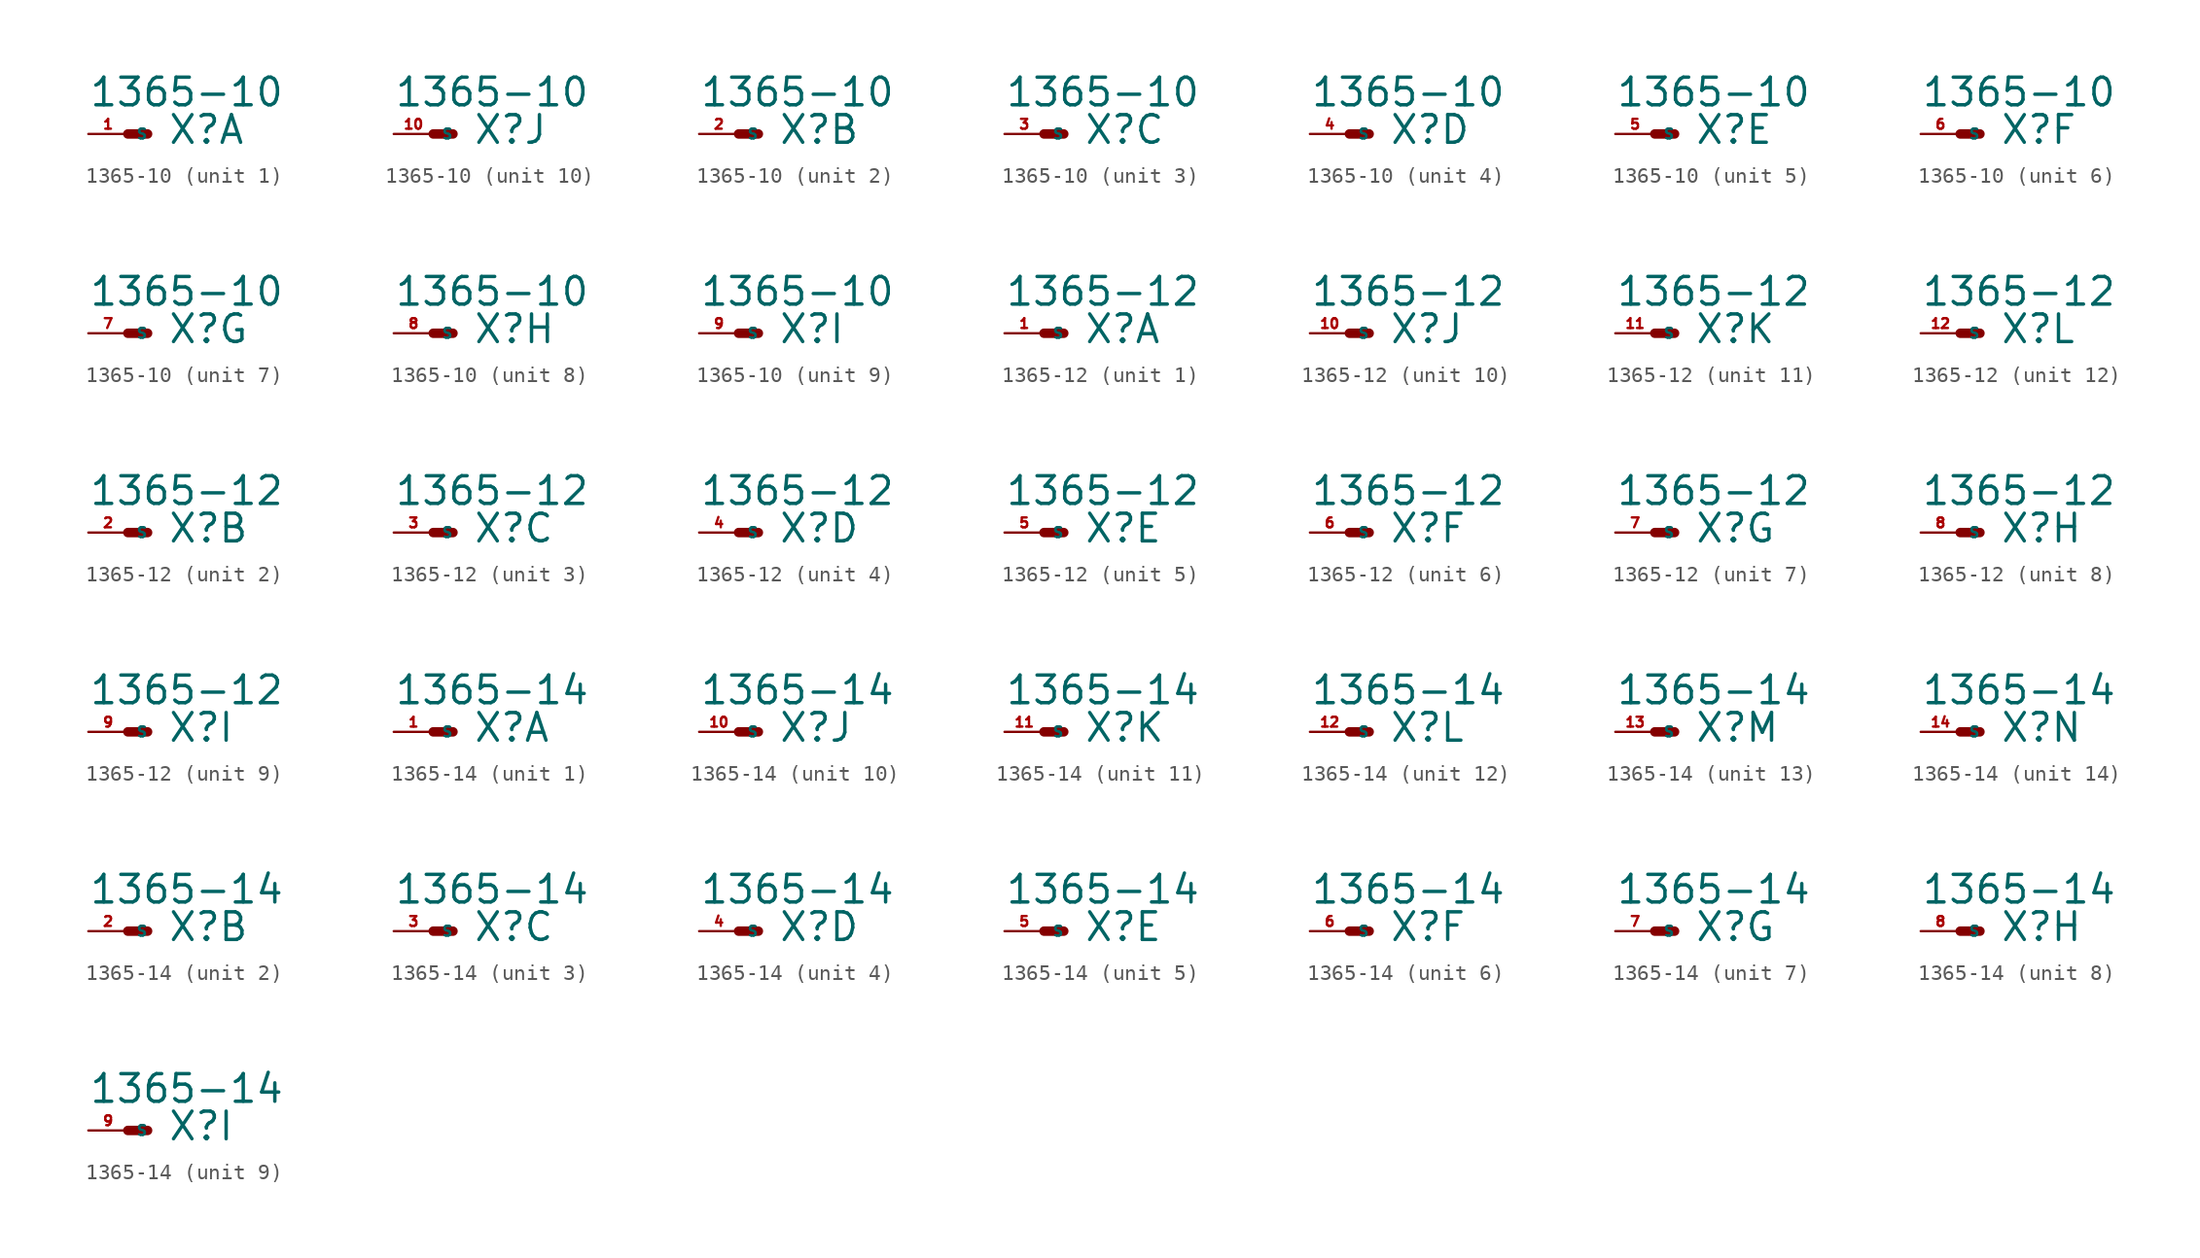
<source format=kicad_sym>
(kicad_symbol_lib
  (version 20220914)
  (generator Eagle2Kicad)
  (symbol "1365-10"
    (property "Reference" "X"
      (at 2.54 -0.762 0)
      (effects (font (size 1.778 1.778) (thickness 0.22)) (justify left bottom)))
    (property "Value" "1365-10"
      (at -2.54 1.651 0)
      (effects (font (size 1.778 1.778) (thickness 0.22)) (justify left bottom)))
    (symbol "1365-10_1_0"
      (polyline (pts (xy 0 0) (xy 1.27 0)) (stroke (width 0.61) (type default)) (fill (type none)))
      (pin passive line (at -2.54 0 0) (length 2.54) (name "S" (effects (font (size 0.635 0.635) (thickness 0.08)) (justify left bottom))) (number "1" (effects (font (size 0.635 0.635) (thickness 0.08)) (justify left bottom)))))
    (symbol "1365-10_2_0"
      (polyline (pts (xy 0 0) (xy 1.27 0)) (stroke (width 0.61) (type default)) (fill (type none)))
      (pin passive line (at -2.54 0 0) (length 2.54) (name "S" (effects (font (size 0.635 0.635) (thickness 0.08)) (justify left bottom))) (number "2" (effects (font (size 0.635 0.635) (thickness 0.08)) (justify left bottom)))))
    (symbol "1365-10_3_0"
      (polyline (pts (xy 0 0) (xy 1.27 0)) (stroke (width 0.61) (type default)) (fill (type none)))
      (pin passive line (at -2.54 0 0) (length 2.54) (name "S" (effects (font (size 0.635 0.635) (thickness 0.08)) (justify left bottom))) (number "3" (effects (font (size 0.635 0.635) (thickness 0.08)) (justify left bottom)))))
    (symbol "1365-10_4_0"
      (polyline (pts (xy 0 0) (xy 1.27 0)) (stroke (width 0.61) (type default)) (fill (type none)))
      (pin passive line (at -2.54 0 0) (length 2.54) (name "S" (effects (font (size 0.635 0.635) (thickness 0.08)) (justify left bottom))) (number "4" (effects (font (size 0.635 0.635) (thickness 0.08)) (justify left bottom)))))
    (symbol "1365-10_5_0"
      (polyline (pts (xy 0 0) (xy 1.27 0)) (stroke (width 0.61) (type default)) (fill (type none)))
      (pin passive line (at -2.54 0 0) (length 2.54) (name "S" (effects (font (size 0.635 0.635) (thickness 0.08)) (justify left bottom))) (number "5" (effects (font (size 0.635 0.635) (thickness 0.08)) (justify left bottom)))))
    (symbol "1365-10_6_0"
      (polyline (pts (xy 0 0) (xy 1.27 0)) (stroke (width 0.61) (type default)) (fill (type none)))
      (pin passive line (at -2.54 0 0) (length 2.54) (name "S" (effects (font (size 0.635 0.635) (thickness 0.08)) (justify left bottom))) (number "6" (effects (font (size 0.635 0.635) (thickness 0.08)) (justify left bottom)))))
    (symbol "1365-10_7_0"
      (polyline (pts (xy 0 0) (xy 1.27 0)) (stroke (width 0.61) (type default)) (fill (type none)))
      (pin passive line (at -2.54 0 0) (length 2.54) (name "S" (effects (font (size 0.635 0.635) (thickness 0.08)) (justify left bottom))) (number "7" (effects (font (size 0.635 0.635) (thickness 0.08)) (justify left bottom)))))
    (symbol "1365-10_8_0"
      (polyline (pts (xy 0 0) (xy 1.27 0)) (stroke (width 0.61) (type default)) (fill (type none)))
      (pin passive line (at -2.54 0 0) (length 2.54) (name "S" (effects (font (size 0.635 0.635) (thickness 0.08)) (justify left bottom))) (number "8" (effects (font (size 0.635 0.635) (thickness 0.08)) (justify left bottom)))))
    (symbol "1365-10_9_0"
      (polyline (pts (xy 0 0) (xy 1.27 0)) (stroke (width 0.61) (type default)) (fill (type none)))
      (pin passive line (at -2.54 0 0) (length 2.54) (name "S" (effects (font (size 0.635 0.635) (thickness 0.08)) (justify left bottom))) (number "9" (effects (font (size 0.635 0.635) (thickness 0.08)) (justify left bottom)))))
    (symbol "1365-10_10_0"
      (polyline (pts (xy 0 0) (xy 1.27 0)) (stroke (width 0.61) (type default)) (fill (type none)))
      (pin passive line (at -2.54 0 0) (length 2.54) (name "S" (effects (font (size 0.635 0.635) (thickness 0.08)) (justify left bottom))) (number "10" (effects (font (size 0.635 0.635) (thickness 0.08)) (justify left bottom))))))
  (symbol "1365-12"
    (property "Reference" "X"
      (at 2.54 -0.762 0)
      (effects (font (size 1.778 1.778) (thickness 0.22)) (justify left bottom)))
    (property "Value" "1365-12"
      (at -2.54 1.651 0)
      (effects (font (size 1.778 1.778) (thickness 0.22)) (justify left bottom)))
    (symbol "1365-12_1_0"
      (polyline (pts (xy 0 0) (xy 1.27 0)) (stroke (width 0.61) (type default)) (fill (type none)))
      (pin passive line (at -2.54 0 0) (length 2.54) (name "S" (effects (font (size 0.635 0.635) (thickness 0.08)) (justify left bottom))) (number "1" (effects (font (size 0.635 0.635) (thickness 0.08)) (justify left bottom)))))
    (symbol "1365-12_2_0"
      (polyline (pts (xy 0 0) (xy 1.27 0)) (stroke (width 0.61) (type default)) (fill (type none)))
      (pin passive line (at -2.54 0 0) (length 2.54) (name "S" (effects (font (size 0.635 0.635) (thickness 0.08)) (justify left bottom))) (number "2" (effects (font (size 0.635 0.635) (thickness 0.08)) (justify left bottom)))))
    (symbol "1365-12_3_0"
      (polyline (pts (xy 0 0) (xy 1.27 0)) (stroke (width 0.61) (type default)) (fill (type none)))
      (pin passive line (at -2.54 0 0) (length 2.54) (name "S" (effects (font (size 0.635 0.635) (thickness 0.08)) (justify left bottom))) (number "3" (effects (font (size 0.635 0.635) (thickness 0.08)) (justify left bottom)))))
    (symbol "1365-12_4_0"
      (polyline (pts (xy 0 0) (xy 1.27 0)) (stroke (width 0.61) (type default)) (fill (type none)))
      (pin passive line (at -2.54 0 0) (length 2.54) (name "S" (effects (font (size 0.635 0.635) (thickness 0.08)) (justify left bottom))) (number "4" (effects (font (size 0.635 0.635) (thickness 0.08)) (justify left bottom)))))
    (symbol "1365-12_5_0"
      (polyline (pts (xy 0 0) (xy 1.27 0)) (stroke (width 0.61) (type default)) (fill (type none)))
      (pin passive line (at -2.54 0 0) (length 2.54) (name "S" (effects (font (size 0.635 0.635) (thickness 0.08)) (justify left bottom))) (number "5" (effects (font (size 0.635 0.635) (thickness 0.08)) (justify left bottom)))))
    (symbol "1365-12_6_0"
      (polyline (pts (xy 0 0) (xy 1.27 0)) (stroke (width 0.61) (type default)) (fill (type none)))
      (pin passive line (at -2.54 0 0) (length 2.54) (name "S" (effects (font (size 0.635 0.635) (thickness 0.08)) (justify left bottom))) (number "6" (effects (font (size 0.635 0.635) (thickness 0.08)) (justify left bottom)))))
    (symbol "1365-12_7_0"
      (polyline (pts (xy 0 0) (xy 1.27 0)) (stroke (width 0.61) (type default)) (fill (type none)))
      (pin passive line (at -2.54 0 0) (length 2.54) (name "S" (effects (font (size 0.635 0.635) (thickness 0.08)) (justify left bottom))) (number "7" (effects (font (size 0.635 0.635) (thickness 0.08)) (justify left bottom)))))
    (symbol "1365-12_8_0"
      (polyline (pts (xy 0 0) (xy 1.27 0)) (stroke (width 0.61) (type default)) (fill (type none)))
      (pin passive line (at -2.54 0 0) (length 2.54) (name "S" (effects (font (size 0.635 0.635) (thickness 0.08)) (justify left bottom))) (number "8" (effects (font (size 0.635 0.635) (thickness 0.08)) (justify left bottom)))))
    (symbol "1365-12_9_0"
      (polyline (pts (xy 0 0) (xy 1.27 0)) (stroke (width 0.61) (type default)) (fill (type none)))
      (pin passive line (at -2.54 0 0) (length 2.54) (name "S" (effects (font (size 0.635 0.635) (thickness 0.08)) (justify left bottom))) (number "9" (effects (font (size 0.635 0.635) (thickness 0.08)) (justify left bottom)))))
    (symbol "1365-12_10_0"
      (polyline (pts (xy 0 0) (xy 1.27 0)) (stroke (width 0.61) (type default)) (fill (type none)))
      (pin passive line (at -2.54 0 0) (length 2.54) (name "S" (effects (font (size 0.635 0.635) (thickness 0.08)) (justify left bottom))) (number "10" (effects (font (size 0.635 0.635) (thickness 0.08)) (justify left bottom)))))
    (symbol "1365-12_11_0"
      (polyline (pts (xy 0 0) (xy 1.27 0)) (stroke (width 0.61) (type default)) (fill (type none)))
      (pin passive line (at -2.54 0 0) (length 2.54) (name "S" (effects (font (size 0.635 0.635) (thickness 0.08)) (justify left bottom))) (number "11" (effects (font (size 0.635 0.635) (thickness 0.08)) (justify left bottom)))))
    (symbol "1365-12_12_0"
      (polyline (pts (xy 0 0) (xy 1.27 0)) (stroke (width 0.61) (type default)) (fill (type none)))
      (pin passive line (at -2.54 0 0) (length 2.54) (name "S" (effects (font (size 0.635 0.635) (thickness 0.08)) (justify left bottom))) (number "12" (effects (font (size 0.635 0.635) (thickness 0.08)) (justify left bottom))))))
  (symbol "1365-14"
    (property "Reference" "X"
      (at 2.54 -0.762 0)
      (effects (font (size 1.778 1.778) (thickness 0.22)) (justify left bottom)))
    (property "Value" "1365-14"
      (at -2.54 1.651 0)
      (effects (font (size 1.778 1.778) (thickness 0.22)) (justify left bottom)))
    (symbol "1365-14_1_0"
      (polyline (pts (xy 0 0) (xy 1.27 0)) (stroke (width 0.61) (type default)) (fill (type none)))
      (pin passive line (at -2.54 0 0) (length 2.54) (name "S" (effects (font (size 0.635 0.635) (thickness 0.08)) (justify left bottom))) (number "1" (effects (font (size 0.635 0.635) (thickness 0.08)) (justify left bottom)))))
    (symbol "1365-14_2_0"
      (polyline (pts (xy 0 0) (xy 1.27 0)) (stroke (width 0.61) (type default)) (fill (type none)))
      (pin passive line (at -2.54 0 0) (length 2.54) (name "S" (effects (font (size 0.635 0.635) (thickness 0.08)) (justify left bottom))) (number "2" (effects (font (size 0.635 0.635) (thickness 0.08)) (justify left bottom)))))
    (symbol "1365-14_3_0"
      (polyline (pts (xy 0 0) (xy 1.27 0)) (stroke (width 0.61) (type default)) (fill (type none)))
      (pin passive line (at -2.54 0 0) (length 2.54) (name "S" (effects (font (size 0.635 0.635) (thickness 0.08)) (justify left bottom))) (number "3" (effects (font (size 0.635 0.635) (thickness 0.08)) (justify left bottom)))))
    (symbol "1365-14_4_0"
      (polyline (pts (xy 0 0) (xy 1.27 0)) (stroke (width 0.61) (type default)) (fill (type none)))
      (pin passive line (at -2.54 0 0) (length 2.54) (name "S" (effects (font (size 0.635 0.635) (thickness 0.08)) (justify left bottom))) (number "4" (effects (font (size 0.635 0.635) (thickness 0.08)) (justify left bottom)))))
    (symbol "1365-14_5_0"
      (polyline (pts (xy 0 0) (xy 1.27 0)) (stroke (width 0.61) (type default)) (fill (type none)))
      (pin passive line (at -2.54 0 0) (length 2.54) (name "S" (effects (font (size 0.635 0.635) (thickness 0.08)) (justify left bottom))) (number "5" (effects (font (size 0.635 0.635) (thickness 0.08)) (justify left bottom)))))
    (symbol "1365-14_6_0"
      (polyline (pts (xy 0 0) (xy 1.27 0)) (stroke (width 0.61) (type default)) (fill (type none)))
      (pin passive line (at -2.54 0 0) (length 2.54) (name "S" (effects (font (size 0.635 0.635) (thickness 0.08)) (justify left bottom))) (number "6" (effects (font (size 0.635 0.635) (thickness 0.08)) (justify left bottom)))))
    (symbol "1365-14_7_0"
      (polyline (pts (xy 0 0) (xy 1.27 0)) (stroke (width 0.61) (type default)) (fill (type none)))
      (pin passive line (at -2.54 0 0) (length 2.54) (name "S" (effects (font (size 0.635 0.635) (thickness 0.08)) (justify left bottom))) (number "7" (effects (font (size 0.635 0.635) (thickness 0.08)) (justify left bottom)))))
    (symbol "1365-14_8_0"
      (polyline (pts (xy 0 0) (xy 1.27 0)) (stroke (width 0.61) (type default)) (fill (type none)))
      (pin passive line (at -2.54 0 0) (length 2.54) (name "S" (effects (font (size 0.635 0.635) (thickness 0.08)) (justify left bottom))) (number "8" (effects (font (size 0.635 0.635) (thickness 0.08)) (justify left bottom)))))
    (symbol "1365-14_9_0"
      (polyline (pts (xy 0 0) (xy 1.27 0)) (stroke (width 0.61) (type default)) (fill (type none)))
      (pin passive line (at -2.54 0 0) (length 2.54) (name "S" (effects (font (size 0.635 0.635) (thickness 0.08)) (justify left bottom))) (number "9" (effects (font (size 0.635 0.635) (thickness 0.08)) (justify left bottom)))))
    (symbol "1365-14_10_0"
      (polyline (pts (xy 0 0) (xy 1.27 0)) (stroke (width 0.61) (type default)) (fill (type none)))
      (pin passive line (at -2.54 0 0) (length 2.54) (name "S" (effects (font (size 0.635 0.635) (thickness 0.08)) (justify left bottom))) (number "10" (effects (font (size 0.635 0.635) (thickness 0.08)) (justify left bottom)))))
    (symbol "1365-14_11_0"
      (polyline (pts (xy 0 0) (xy 1.27 0)) (stroke (width 0.61) (type default)) (fill (type none)))
      (pin passive line (at -2.54 0 0) (length 2.54) (name "S" (effects (font (size 0.635 0.635) (thickness 0.08)) (justify left bottom))) (number "11" (effects (font (size 0.635 0.635) (thickness 0.08)) (justify left bottom)))))
    (symbol "1365-14_12_0"
      (polyline (pts (xy 0 0) (xy 1.27 0)) (stroke (width 0.61) (type default)) (fill (type none)))
      (pin passive line (at -2.54 0 0) (length 2.54) (name "S" (effects (font (size 0.635 0.635) (thickness 0.08)) (justify left bottom))) (number "12" (effects (font (size 0.635 0.635) (thickness 0.08)) (justify left bottom)))))
    (symbol "1365-14_13_0"
      (polyline (pts (xy 0 0) (xy 1.27 0)) (stroke (width 0.61) (type default)) (fill (type none)))
      (pin passive line (at -2.54 0 0) (length 2.54) (name "S" (effects (font (size 0.635 0.635) (thickness 0.08)) (justify left bottom))) (number "13" (effects (font (size 0.635 0.635) (thickness 0.08)) (justify left bottom)))))
    (symbol "1365-14_14_0"
      (polyline (pts (xy 0 0) (xy 1.27 0)) (stroke (width 0.61) (type default)) (fill (type none)))
      (pin passive line (at -2.54 0 0) (length 2.54) (name "S" (effects (font (size 0.635 0.635) (thickness 0.08)) (justify left bottom))) (number "14" (effects (font (size 0.635 0.635) (thickness 0.08)) (justify left bottom)))))))
</source>
